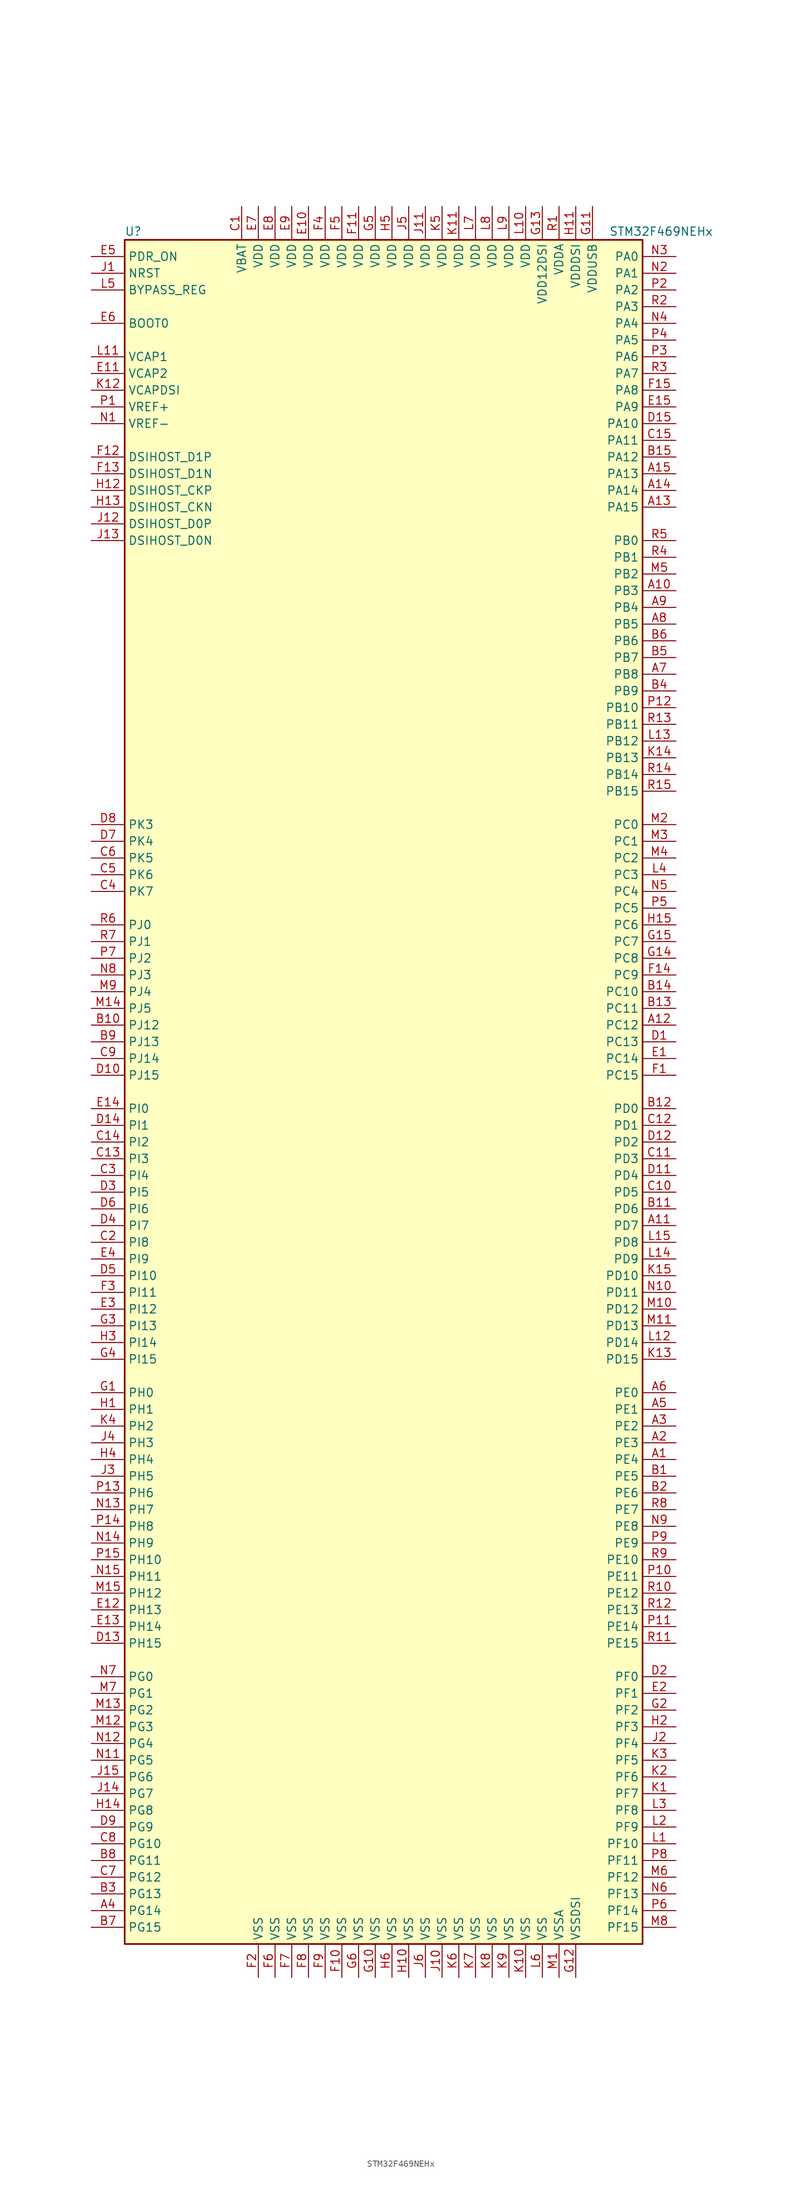
<source format=kicad_sym>
(kicad_symbol_lib
  (version 20201005)
  (generator kicad_symbol_editor)
  (symbol "MCU_ST_STM32F4:STM32F469NEHx"
    (property "Reference" "U"
      (at -40.64 130.81 0)
      (effects (font (size 1.27 1.27)) (justify left)))
    (property "Value" "STM32F469NEHx"
      (at 33.02 130.81 0)
      (effects (font (size 1.27 1.27)) (justify left)))
    (symbol "STM32F469NEHx_0_1"
      (rectangle (start -40.64 -129.54) (end 38.1 129.54) (stroke (width 0.254)) (fill (type background))))
    (symbol "STM32F469NEHx_1_1"
      (pin input line (at -45.72 116.84 0) (length 5.08) (name "BOOT0" (effects (font (size 1.27 1.27)))) (number "E6" (effects (font (size 1.27 1.27)))))
      (pin input line (at -45.72 121.92 0) (length 5.08) (name "BYPASS_REG" (effects (font (size 1.27 1.27)))) (number "L5" (effects (font (size 1.27 1.27)))))
      (pin bidirectional line (at -45.72 88.9 0) (length 5.08) (name "DSIHOST_CKN" (effects (font (size 1.27 1.27)))) (number "H13" (effects (font (size 1.27 1.27)))))
      (pin bidirectional line (at -45.72 91.44 0) (length 5.08) (name "DSIHOST_CKP" (effects (font (size 1.27 1.27)))) (number "H12" (effects (font (size 1.27 1.27)))))
      (pin bidirectional line (at -45.72 83.82 0) (length 5.08) (name "DSIHOST_D0N" (effects (font (size 1.27 1.27)))) (number "J13" (effects (font (size 1.27 1.27)))))
      (pin bidirectional line (at -45.72 86.36 0) (length 5.08) (name "DSIHOST_D0P" (effects (font (size 1.27 1.27)))) (number "J12" (effects (font (size 1.27 1.27)))))
      (pin bidirectional line (at -45.72 93.98 0) (length 5.08) (name "DSIHOST_D1N" (effects (font (size 1.27 1.27)))) (number "F13" (effects (font (size 1.27 1.27)))))
      (pin bidirectional line (at -45.72 96.52 0) (length 5.08) (name "DSIHOST_D1P" (effects (font (size 1.27 1.27)))) (number "F12" (effects (font (size 1.27 1.27)))))
      (pin input line (at -45.72 124.46 0) (length 5.08) (name "NRST" (effects (font (size 1.27 1.27)))) (number "J1" (effects (font (size 1.27 1.27)))))
      (pin bidirectional line (at 43.18 127 180) (length 5.08) (name "PA0" (effects (font (size 1.27 1.27)))) (number "N3" (effects (font (size 1.27 1.27)))))
      (pin bidirectional line (at 43.18 124.46 180) (length 5.08) (name "PA1" (effects (font (size 1.27 1.27)))) (number "N2" (effects (font (size 1.27 1.27)))))
      (pin bidirectional line (at 43.18 101.6 180) (length 5.08) (name "PA10" (effects (font (size 1.27 1.27)))) (number "D15" (effects (font (size 1.27 1.27)))))
      (pin bidirectional line (at 43.18 99.06 180) (length 5.08) (name "PA11" (effects (font (size 1.27 1.27)))) (number "C15" (effects (font (size 1.27 1.27)))))
      (pin bidirectional line (at 43.18 96.52 180) (length 5.08) (name "PA12" (effects (font (size 1.27 1.27)))) (number "B15" (effects (font (size 1.27 1.27)))))
      (pin bidirectional line (at 43.18 93.98 180) (length 5.08) (name "PA13" (effects (font (size 1.27 1.27)))) (number "A15" (effects (font (size 1.27 1.27)))))
      (pin bidirectional line (at 43.18 91.44 180) (length 5.08) (name "PA14" (effects (font (size 1.27 1.27)))) (number "A14" (effects (font (size 1.27 1.27)))))
      (pin bidirectional line (at 43.18 88.9 180) (length 5.08) (name "PA15" (effects (font (size 1.27 1.27)))) (number "A13" (effects (font (size 1.27 1.27)))))
      (pin bidirectional line (at 43.18 121.92 180) (length 5.08) (name "PA2" (effects (font (size 1.27 1.27)))) (number "P2" (effects (font (size 1.27 1.27)))))
      (pin bidirectional line (at 43.18 119.38 180) (length 5.08) (name "PA3" (effects (font (size 1.27 1.27)))) (number "R2" (effects (font (size 1.27 1.27)))))
      (pin bidirectional line (at 43.18 116.84 180) (length 5.08) (name "PA4" (effects (font (size 1.27 1.27)))) (number "N4" (effects (font (size 1.27 1.27)))))
      (pin bidirectional line (at 43.18 114.3 180) (length 5.08) (name "PA5" (effects (font (size 1.27 1.27)))) (number "P4" (effects (font (size 1.27 1.27)))))
      (pin bidirectional line (at 43.18 111.76 180) (length 5.08) (name "PA6" (effects (font (size 1.27 1.27)))) (number "P3" (effects (font (size 1.27 1.27)))))
      (pin bidirectional line (at 43.18 109.22 180) (length 5.08) (name "PA7" (effects (font (size 1.27 1.27)))) (number "R3" (effects (font (size 1.27 1.27)))))
      (pin bidirectional line (at 43.18 106.68 180) (length 5.08) (name "PA8" (effects (font (size 1.27 1.27)))) (number "F15" (effects (font (size 1.27 1.27)))))
      (pin bidirectional line (at 43.18 104.14 180) (length 5.08) (name "PA9" (effects (font (size 1.27 1.27)))) (number "E15" (effects (font (size 1.27 1.27)))))
      (pin bidirectional line (at 43.18 83.82 180) (length 5.08) (name "PB0" (effects (font (size 1.27 1.27)))) (number "R5" (effects (font (size 1.27 1.27)))))
      (pin bidirectional line (at 43.18 81.28 180) (length 5.08) (name "PB1" (effects (font (size 1.27 1.27)))) (number "R4" (effects (font (size 1.27 1.27)))))
      (pin bidirectional line (at 43.18 58.42 180) (length 5.08) (name "PB10" (effects (font (size 1.27 1.27)))) (number "P12" (effects (font (size 1.27 1.27)))))
      (pin bidirectional line (at 43.18 55.88 180) (length 5.08) (name "PB11" (effects (font (size 1.27 1.27)))) (number "R13" (effects (font (size 1.27 1.27)))))
      (pin bidirectional line (at 43.18 53.34 180) (length 5.08) (name "PB12" (effects (font (size 1.27 1.27)))) (number "L13" (effects (font (size 1.27 1.27)))))
      (pin bidirectional line (at 43.18 50.8 180) (length 5.08) (name "PB13" (effects (font (size 1.27 1.27)))) (number "K14" (effects (font (size 1.27 1.27)))))
      (pin bidirectional line (at 43.18 48.26 180) (length 5.08) (name "PB14" (effects (font (size 1.27 1.27)))) (number "R14" (effects (font (size 1.27 1.27)))))
      (pin bidirectional line (at 43.18 45.72 180) (length 5.08) (name "PB15" (effects (font (size 1.27 1.27)))) (number "R15" (effects (font (size 1.27 1.27)))))
      (pin bidirectional line (at 43.18 78.74 180) (length 5.08) (name "PB2" (effects (font (size 1.27 1.27)))) (number "M5" (effects (font (size 1.27 1.27)))))
      (pin bidirectional line (at 43.18 76.2 180) (length 5.08) (name "PB3" (effects (font (size 1.27 1.27)))) (number "A10" (effects (font (size 1.27 1.27)))))
      (pin bidirectional line (at 43.18 73.66 180) (length 5.08) (name "PB4" (effects (font (size 1.27 1.27)))) (number "A9" (effects (font (size 1.27 1.27)))))
      (pin bidirectional line (at 43.18 71.12 180) (length 5.08) (name "PB5" (effects (font (size 1.27 1.27)))) (number "A8" (effects (font (size 1.27 1.27)))))
      (pin bidirectional line (at 43.18 68.58 180) (length 5.08) (name "PB6" (effects (font (size 1.27 1.27)))) (number "B6" (effects (font (size 1.27 1.27)))))
      (pin bidirectional line (at 43.18 66.04 180) (length 5.08) (name "PB7" (effects (font (size 1.27 1.27)))) (number "B5" (effects (font (size 1.27 1.27)))))
      (pin bidirectional line (at 43.18 63.5 180) (length 5.08) (name "PB8" (effects (font (size 1.27 1.27)))) (number "A7" (effects (font (size 1.27 1.27)))))
      (pin bidirectional line (at 43.18 60.96 180) (length 5.08) (name "PB9" (effects (font (size 1.27 1.27)))) (number "B4" (effects (font (size 1.27 1.27)))))
      (pin bidirectional line (at 43.18 40.64 180) (length 5.08) (name "PC0" (effects (font (size 1.27 1.27)))) (number "M2" (effects (font (size 1.27 1.27)))))
      (pin bidirectional line (at 43.18 38.1 180) (length 5.08) (name "PC1" (effects (font (size 1.27 1.27)))) (number "M3" (effects (font (size 1.27 1.27)))))
      (pin bidirectional line (at 43.18 15.24 180) (length 5.08) (name "PC10" (effects (font (size 1.27 1.27)))) (number "B14" (effects (font (size 1.27 1.27)))))
      (pin bidirectional line (at 43.18 12.7 180) (length 5.08) (name "PC11" (effects (font (size 1.27 1.27)))) (number "B13" (effects (font (size 1.27 1.27)))))
      (pin bidirectional line (at 43.18 10.16 180) (length 5.08) (name "PC12" (effects (font (size 1.27 1.27)))) (number "A12" (effects (font (size 1.27 1.27)))))
      (pin bidirectional line (at 43.18 7.62 180) (length 5.08) (name "PC13" (effects (font (size 1.27 1.27)))) (number "D1" (effects (font (size 1.27 1.27)))))
      (pin bidirectional line (at 43.18 5.08 180) (length 5.08) (name "PC14" (effects (font (size 1.27 1.27)))) (number "E1" (effects (font (size 1.27 1.27)))))
      (pin bidirectional line (at 43.18 2.54 180) (length 5.08) (name "PC15" (effects (font (size 1.27 1.27)))) (number "F1" (effects (font (size 1.27 1.27)))))
      (pin bidirectional line (at 43.18 35.56 180) (length 5.08) (name "PC2" (effects (font (size 1.27 1.27)))) (number "M4" (effects (font (size 1.27 1.27)))))
      (pin bidirectional line (at 43.18 33.02 180) (length 5.08) (name "PC3" (effects (font (size 1.27 1.27)))) (number "L4" (effects (font (size 1.27 1.27)))))
      (pin bidirectional line (at 43.18 30.48 180) (length 5.08) (name "PC4" (effects (font (size 1.27 1.27)))) (number "N5" (effects (font (size 1.27 1.27)))))
      (pin bidirectional line (at 43.18 27.94 180) (length 5.08) (name "PC5" (effects (font (size 1.27 1.27)))) (number "P5" (effects (font (size 1.27 1.27)))))
      (pin bidirectional line (at 43.18 25.4 180) (length 5.08) (name "PC6" (effects (font (size 1.27 1.27)))) (number "H15" (effects (font (size 1.27 1.27)))))
      (pin bidirectional line (at 43.18 22.86 180) (length 5.08) (name "PC7" (effects (font (size 1.27 1.27)))) (number "G15" (effects (font (size 1.27 1.27)))))
      (pin bidirectional line (at 43.18 20.32 180) (length 5.08) (name "PC8" (effects (font (size 1.27 1.27)))) (number "G14" (effects (font (size 1.27 1.27)))))
      (pin bidirectional line (at 43.18 17.78 180) (length 5.08) (name "PC9" (effects (font (size 1.27 1.27)))) (number "F14" (effects (font (size 1.27 1.27)))))
      (pin bidirectional line (at 43.18 -2.54 180) (length 5.08) (name "PD0" (effects (font (size 1.27 1.27)))) (number "B12" (effects (font (size 1.27 1.27)))))
      (pin bidirectional line (at 43.18 -5.08 180) (length 5.08) (name "PD1" (effects (font (size 1.27 1.27)))) (number "C12" (effects (font (size 1.27 1.27)))))
      (pin bidirectional line (at 43.18 -27.94 180) (length 5.08) (name "PD10" (effects (font (size 1.27 1.27)))) (number "K15" (effects (font (size 1.27 1.27)))))
      (pin bidirectional line (at 43.18 -30.48 180) (length 5.08) (name "PD11" (effects (font (size 1.27 1.27)))) (number "N10" (effects (font (size 1.27 1.27)))))
      (pin bidirectional line (at 43.18 -33.02 180) (length 5.08) (name "PD12" (effects (font (size 1.27 1.27)))) (number "M10" (effects (font (size 1.27 1.27)))))
      (pin bidirectional line (at 43.18 -35.56 180) (length 5.08) (name "PD13" (effects (font (size 1.27 1.27)))) (number "M11" (effects (font (size 1.27 1.27)))))
      (pin bidirectional line (at 43.18 -38.1 180) (length 5.08) (name "PD14" (effects (font (size 1.27 1.27)))) (number "L12" (effects (font (size 1.27 1.27)))))
      (pin bidirectional line (at 43.18 -40.64 180) (length 5.08) (name "PD15" (effects (font (size 1.27 1.27)))) (number "K13" (effects (font (size 1.27 1.27)))))
      (pin bidirectional line (at 43.18 -7.62 180) (length 5.08) (name "PD2" (effects (font (size 1.27 1.27)))) (number "D12" (effects (font (size 1.27 1.27)))))
      (pin bidirectional line (at 43.18 -10.16 180) (length 5.08) (name "PD3" (effects (font (size 1.27 1.27)))) (number "C11" (effects (font (size 1.27 1.27)))))
      (pin bidirectional line (at 43.18 -12.7 180) (length 5.08) (name "PD4" (effects (font (size 1.27 1.27)))) (number "D11" (effects (font (size 1.27 1.27)))))
      (pin bidirectional line (at 43.18 -15.24 180) (length 5.08) (name "PD5" (effects (font (size 1.27 1.27)))) (number "C10" (effects (font (size 1.27 1.27)))))
      (pin bidirectional line (at 43.18 -17.78 180) (length 5.08) (name "PD6" (effects (font (size 1.27 1.27)))) (number "B11" (effects (font (size 1.27 1.27)))))
      (pin bidirectional line (at 43.18 -20.32 180) (length 5.08) (name "PD7" (effects (font (size 1.27 1.27)))) (number "A11" (effects (font (size 1.27 1.27)))))
      (pin bidirectional line (at 43.18 -22.86 180) (length 5.08) (name "PD8" (effects (font (size 1.27 1.27)))) (number "L15" (effects (font (size 1.27 1.27)))))
      (pin bidirectional line (at 43.18 -25.4 180) (length 5.08) (name "PD9" (effects (font (size 1.27 1.27)))) (number "L14" (effects (font (size 1.27 1.27)))))
      (pin input line (at -45.72 127 0) (length 5.08) (name "PDR_ON" (effects (font (size 1.27 1.27)))) (number "E5" (effects (font (size 1.27 1.27)))))
      (pin bidirectional line (at 43.18 -45.72 180) (length 5.08) (name "PE0" (effects (font (size 1.27 1.27)))) (number "A6" (effects (font (size 1.27 1.27)))))
      (pin bidirectional line (at 43.18 -48.26 180) (length 5.08) (name "PE1" (effects (font (size 1.27 1.27)))) (number "A5" (effects (font (size 1.27 1.27)))))
      (pin bidirectional line (at 43.18 -71.12 180) (length 5.08) (name "PE10" (effects (font (size 1.27 1.27)))) (number "R9" (effects (font (size 1.27 1.27)))))
      (pin bidirectional line (at 43.18 -73.66 180) (length 5.08) (name "PE11" (effects (font (size 1.27 1.27)))) (number "P10" (effects (font (size 1.27 1.27)))))
      (pin bidirectional line (at 43.18 -76.2 180) (length 5.08) (name "PE12" (effects (font (size 1.27 1.27)))) (number "R10" (effects (font (size 1.27 1.27)))))
      (pin bidirectional line (at 43.18 -78.74 180) (length 5.08) (name "PE13" (effects (font (size 1.27 1.27)))) (number "R12" (effects (font (size 1.27 1.27)))))
      (pin bidirectional line (at 43.18 -81.28 180) (length 5.08) (name "PE14" (effects (font (size 1.27 1.27)))) (number "P11" (effects (font (size 1.27 1.27)))))
      (pin bidirectional line (at 43.18 -83.82 180) (length 5.08) (name "PE15" (effects (font (size 1.27 1.27)))) (number "R11" (effects (font (size 1.27 1.27)))))
      (pin bidirectional line (at 43.18 -50.8 180) (length 5.08) (name "PE2" (effects (font (size 1.27 1.27)))) (number "A3" (effects (font (size 1.27 1.27)))))
      (pin bidirectional line (at 43.18 -53.34 180) (length 5.08) (name "PE3" (effects (font (size 1.27 1.27)))) (number "A2" (effects (font (size 1.27 1.27)))))
      (pin bidirectional line (at 43.18 -55.88 180) (length 5.08) (name "PE4" (effects (font (size 1.27 1.27)))) (number "A1" (effects (font (size 1.27 1.27)))))
      (pin bidirectional line (at 43.18 -58.42 180) (length 5.08) (name "PE5" (effects (font (size 1.27 1.27)))) (number "B1" (effects (font (size 1.27 1.27)))))
      (pin bidirectional line (at 43.18 -60.96 180) (length 5.08) (name "PE6" (effects (font (size 1.27 1.27)))) (number "B2" (effects (font (size 1.27 1.27)))))
      (pin bidirectional line (at 43.18 -63.5 180) (length 5.08) (name "PE7" (effects (font (size 1.27 1.27)))) (number "R8" (effects (font (size 1.27 1.27)))))
      (pin bidirectional line (at 43.18 -66.04 180) (length 5.08) (name "PE8" (effects (font (size 1.27 1.27)))) (number "N9" (effects (font (size 1.27 1.27)))))
      (pin bidirectional line (at 43.18 -68.58 180) (length 5.08) (name "PE9" (effects (font (size 1.27 1.27)))) (number "P9" (effects (font (size 1.27 1.27)))))
      (pin bidirectional line (at 43.18 -88.9 180) (length 5.08) (name "PF0" (effects (font (size 1.27 1.27)))) (number "D2" (effects (font (size 1.27 1.27)))))
      (pin bidirectional line (at 43.18 -91.44 180) (length 5.08) (name "PF1" (effects (font (size 1.27 1.27)))) (number "E2" (effects (font (size 1.27 1.27)))))
      (pin bidirectional line (at 43.18 -114.3 180) (length 5.08) (name "PF10" (effects (font (size 1.27 1.27)))) (number "L1" (effects (font (size 1.27 1.27)))))
      (pin bidirectional line (at 43.18 -116.84 180) (length 5.08) (name "PF11" (effects (font (size 1.27 1.27)))) (number "P8" (effects (font (size 1.27 1.27)))))
      (pin bidirectional line (at 43.18 -119.38 180) (length 5.08) (name "PF12" (effects (font (size 1.27 1.27)))) (number "M6" (effects (font (size 1.27 1.27)))))
      (pin bidirectional line (at 43.18 -121.92 180) (length 5.08) (name "PF13" (effects (font (size 1.27 1.27)))) (number "N6" (effects (font (size 1.27 1.27)))))
      (pin bidirectional line (at 43.18 -124.46 180) (length 5.08) (name "PF14" (effects (font (size 1.27 1.27)))) (number "P6" (effects (font (size 1.27 1.27)))))
      (pin bidirectional line (at 43.18 -127 180) (length 5.08) (name "PF15" (effects (font (size 1.27 1.27)))) (number "M8" (effects (font (size 1.27 1.27)))))
      (pin bidirectional line (at 43.18 -93.98 180) (length 5.08) (name "PF2" (effects (font (size 1.27 1.27)))) (number "G2" (effects (font (size 1.27 1.27)))))
      (pin bidirectional line (at 43.18 -96.52 180) (length 5.08) (name "PF3" (effects (font (size 1.27 1.27)))) (number "H2" (effects (font (size 1.27 1.27)))))
      (pin bidirectional line (at 43.18 -99.06 180) (length 5.08) (name "PF4" (effects (font (size 1.27 1.27)))) (number "J2" (effects (font (size 1.27 1.27)))))
      (pin bidirectional line (at 43.18 -101.6 180) (length 5.08) (name "PF5" (effects (font (size 1.27 1.27)))) (number "K3" (effects (font (size 1.27 1.27)))))
      (pin bidirectional line (at 43.18 -104.14 180) (length 5.08) (name "PF6" (effects (font (size 1.27 1.27)))) (number "K2" (effects (font (size 1.27 1.27)))))
      (pin bidirectional line (at 43.18 -106.68 180) (length 5.08) (name "PF7" (effects (font (size 1.27 1.27)))) (number "K1" (effects (font (size 1.27 1.27)))))
      (pin bidirectional line (at 43.18 -109.22 180) (length 5.08) (name "PF8" (effects (font (size 1.27 1.27)))) (number "L3" (effects (font (size 1.27 1.27)))))
      (pin bidirectional line (at 43.18 -111.76 180) (length 5.08) (name "PF9" (effects (font (size 1.27 1.27)))) (number "L2" (effects (font (size 1.27 1.27)))))
      (pin bidirectional line (at -45.72 -88.9 0) (length 5.08) (name "PG0" (effects (font (size 1.27 1.27)))) (number "N7" (effects (font (size 1.27 1.27)))))
      (pin bidirectional line (at -45.72 -91.44 0) (length 5.08) (name "PG1" (effects (font (size 1.27 1.27)))) (number "M7" (effects (font (size 1.27 1.27)))))
      (pin bidirectional line (at -45.72 -114.3 0) (length 5.08) (name "PG10" (effects (font (size 1.27 1.27)))) (number "C8" (effects (font (size 1.27 1.27)))))
      (pin bidirectional line (at -45.72 -116.84 0) (length 5.08) (name "PG11" (effects (font (size 1.27 1.27)))) (number "B8" (effects (font (size 1.27 1.27)))))
      (pin bidirectional line (at -45.72 -119.38 0) (length 5.08) (name "PG12" (effects (font (size 1.27 1.27)))) (number "C7" (effects (font (size 1.27 1.27)))))
      (pin bidirectional line (at -45.72 -121.92 0) (length 5.08) (name "PG13" (effects (font (size 1.27 1.27)))) (number "B3" (effects (font (size 1.27 1.27)))))
      (pin bidirectional line (at -45.72 -124.46 0) (length 5.08) (name "PG14" (effects (font (size 1.27 1.27)))) (number "A4" (effects (font (size 1.27 1.27)))))
      (pin bidirectional line (at -45.72 -127 0) (length 5.08) (name "PG15" (effects (font (size 1.27 1.27)))) (number "B7" (effects (font (size 1.27 1.27)))))
      (pin bidirectional line (at -45.72 -93.98 0) (length 5.08) (name "PG2" (effects (font (size 1.27 1.27)))) (number "M13" (effects (font (size 1.27 1.27)))))
      (pin bidirectional line (at -45.72 -96.52 0) (length 5.08) (name "PG3" (effects (font (size 1.27 1.27)))) (number "M12" (effects (font (size 1.27 1.27)))))
      (pin bidirectional line (at -45.72 -99.06 0) (length 5.08) (name "PG4" (effects (font (size 1.27 1.27)))) (number "N12" (effects (font (size 1.27 1.27)))))
      (pin bidirectional line (at -45.72 -101.6 0) (length 5.08) (name "PG5" (effects (font (size 1.27 1.27)))) (number "N11" (effects (font (size 1.27 1.27)))))
      (pin bidirectional line (at -45.72 -104.14 0) (length 5.08) (name "PG6" (effects (font (size 1.27 1.27)))) (number "J15" (effects (font (size 1.27 1.27)))))
      (pin bidirectional line (at -45.72 -106.68 0) (length 5.08) (name "PG7" (effects (font (size 1.27 1.27)))) (number "J14" (effects (font (size 1.27 1.27)))))
      (pin bidirectional line (at -45.72 -109.22 0) (length 5.08) (name "PG8" (effects (font (size 1.27 1.27)))) (number "H14" (effects (font (size 1.27 1.27)))))
      (pin bidirectional line (at -45.72 -111.76 0) (length 5.08) (name "PG9" (effects (font (size 1.27 1.27)))) (number "D9" (effects (font (size 1.27 1.27)))))
      (pin input line (at -45.72 -45.72 0) (length 5.08) (name "PH0" (effects (font (size 1.27 1.27)))) (number "G1" (effects (font (size 1.27 1.27)))))
      (pin input line (at -45.72 -48.26 0) (length 5.08) (name "PH1" (effects (font (size 1.27 1.27)))) (number "H1" (effects (font (size 1.27 1.27)))))
      (pin bidirectional line (at -45.72 -71.12 0) (length 5.08) (name "PH10" (effects (font (size 1.27 1.27)))) (number "P15" (effects (font (size 1.27 1.27)))))
      (pin bidirectional line (at -45.72 -73.66 0) (length 5.08) (name "PH11" (effects (font (size 1.27 1.27)))) (number "N15" (effects (font (size 1.27 1.27)))))
      (pin bidirectional line (at -45.72 -76.2 0) (length 5.08) (name "PH12" (effects (font (size 1.27 1.27)))) (number "M15" (effects (font (size 1.27 1.27)))))
      (pin bidirectional line (at -45.72 -78.74 0) (length 5.08) (name "PH13" (effects (font (size 1.27 1.27)))) (number "E12" (effects (font (size 1.27 1.27)))))
      (pin bidirectional line (at -45.72 -81.28 0) (length 5.08) (name "PH14" (effects (font (size 1.27 1.27)))) (number "E13" (effects (font (size 1.27 1.27)))))
      (pin bidirectional line (at -45.72 -83.82 0) (length 5.08) (name "PH15" (effects (font (size 1.27 1.27)))) (number "D13" (effects (font (size 1.27 1.27)))))
      (pin bidirectional line (at -45.72 -50.8 0) (length 5.08) (name "PH2" (effects (font (size 1.27 1.27)))) (number "K4" (effects (font (size 1.27 1.27)))))
      (pin bidirectional line (at -45.72 -53.34 0) (length 5.08) (name "PH3" (effects (font (size 1.27 1.27)))) (number "J4" (effects (font (size 1.27 1.27)))))
      (pin bidirectional line (at -45.72 -55.88 0) (length 5.08) (name "PH4" (effects (font (size 1.27 1.27)))) (number "H4" (effects (font (size 1.27 1.27)))))
      (pin bidirectional line (at -45.72 -58.42 0) (length 5.08) (name "PH5" (effects (font (size 1.27 1.27)))) (number "J3" (effects (font (size 1.27 1.27)))))
      (pin bidirectional line (at -45.72 -60.96 0) (length 5.08) (name "PH6" (effects (font (size 1.27 1.27)))) (number "P13" (effects (font (size 1.27 1.27)))))
      (pin bidirectional line (at -45.72 -63.5 0) (length 5.08) (name "PH7" (effects (font (size 1.27 1.27)))) (number "N13" (effects (font (size 1.27 1.27)))))
      (pin bidirectional line (at -45.72 -66.04 0) (length 5.08) (name "PH8" (effects (font (size 1.27 1.27)))) (number "P14" (effects (font (size 1.27 1.27)))))
      (pin bidirectional line (at -45.72 -68.58 0) (length 5.08) (name "PH9" (effects (font (size 1.27 1.27)))) (number "N14" (effects (font (size 1.27 1.27)))))
      (pin bidirectional line (at -45.72 -2.54 0) (length 5.08) (name "PI0" (effects (font (size 1.27 1.27)))) (number "E14" (effects (font (size 1.27 1.27)))))
      (pin bidirectional line (at -45.72 -5.08 0) (length 5.08) (name "PI1" (effects (font (size 1.27 1.27)))) (number "D14" (effects (font (size 1.27 1.27)))))
      (pin bidirectional line (at -45.72 -27.94 0) (length 5.08) (name "PI10" (effects (font (size 1.27 1.27)))) (number "D5" (effects (font (size 1.27 1.27)))))
      (pin bidirectional line (at -45.72 -30.48 0) (length 5.08) (name "PI11" (effects (font (size 1.27 1.27)))) (number "F3" (effects (font (size 1.27 1.27)))))
      (pin bidirectional line (at -45.72 -33.02 0) (length 5.08) (name "PI12" (effects (font (size 1.27 1.27)))) (number "E3" (effects (font (size 1.27 1.27)))))
      (pin bidirectional line (at -45.72 -35.56 0) (length 5.08) (name "PI13" (effects (font (size 1.27 1.27)))) (number "G3" (effects (font (size 1.27 1.27)))))
      (pin bidirectional line (at -45.72 -38.1 0) (length 5.08) (name "PI14" (effects (font (size 1.27 1.27)))) (number "H3" (effects (font (size 1.27 1.27)))))
      (pin bidirectional line (at -45.72 -40.64 0) (length 5.08) (name "PI15" (effects (font (size 1.27 1.27)))) (number "G4" (effects (font (size 1.27 1.27)))))
      (pin bidirectional line (at -45.72 -7.62 0) (length 5.08) (name "PI2" (effects (font (size 1.27 1.27)))) (number "C14" (effects (font (size 1.27 1.27)))))
      (pin bidirectional line (at -45.72 -10.16 0) (length 5.08) (name "PI3" (effects (font (size 1.27 1.27)))) (number "C13" (effects (font (size 1.27 1.27)))))
      (pin bidirectional line (at -45.72 -12.7 0) (length 5.08) (name "PI4" (effects (font (size 1.27 1.27)))) (number "C3" (effects (font (size 1.27 1.27)))))
      (pin bidirectional line (at -45.72 -15.24 0) (length 5.08) (name "PI5" (effects (font (size 1.27 1.27)))) (number "D3" (effects (font (size 1.27 1.27)))))
      (pin bidirectional line (at -45.72 -17.78 0) (length 5.08) (name "PI6" (effects (font (size 1.27 1.27)))) (number "D6" (effects (font (size 1.27 1.27)))))
      (pin bidirectional line (at -45.72 -20.32 0) (length 5.08) (name "PI7" (effects (font (size 1.27 1.27)))) (number "D4" (effects (font (size 1.27 1.27)))))
      (pin bidirectional line (at -45.72 -22.86 0) (length 5.08) (name "PI8" (effects (font (size 1.27 1.27)))) (number "C2" (effects (font (size 1.27 1.27)))))
      (pin bidirectional line (at -45.72 -25.4 0) (length 5.08) (name "PI9" (effects (font (size 1.27 1.27)))) (number "E4" (effects (font (size 1.27 1.27)))))
      (pin bidirectional line (at -45.72 25.4 0) (length 5.08) (name "PJ0" (effects (font (size 1.27 1.27)))) (number "R6" (effects (font (size 1.27 1.27)))))
      (pin bidirectional line (at -45.72 22.86 0) (length 5.08) (name "PJ1" (effects (font (size 1.27 1.27)))) (number "R7" (effects (font (size 1.27 1.27)))))
      (pin bidirectional line (at -45.72 10.16 0) (length 5.08) (name "PJ12" (effects (font (size 1.27 1.27)))) (number "B10" (effects (font (size 1.27 1.27)))))
      (pin bidirectional line (at -45.72 7.62 0) (length 5.08) (name "PJ13" (effects (font (size 1.27 1.27)))) (number "B9" (effects (font (size 1.27 1.27)))))
      (pin bidirectional line (at -45.72 5.08 0) (length 5.08) (name "PJ14" (effects (font (size 1.27 1.27)))) (number "C9" (effects (font (size 1.27 1.27)))))
      (pin bidirectional line (at -45.72 2.54 0) (length 5.08) (name "PJ15" (effects (font (size 1.27 1.27)))) (number "D10" (effects (font (size 1.27 1.27)))))
      (pin bidirectional line (at -45.72 20.32 0) (length 5.08) (name "PJ2" (effects (font (size 1.27 1.27)))) (number "P7" (effects (font (size 1.27 1.27)))))
      (pin bidirectional line (at -45.72 17.78 0) (length 5.08) (name "PJ3" (effects (font (size 1.27 1.27)))) (number "N8" (effects (font (size 1.27 1.27)))))
      (pin bidirectional line (at -45.72 15.24 0) (length 5.08) (name "PJ4" (effects (font (size 1.27 1.27)))) (number "M9" (effects (font (size 1.27 1.27)))))
      (pin bidirectional line (at -45.72 12.7 0) (length 5.08) (name "PJ5" (effects (font (size 1.27 1.27)))) (number "M14" (effects (font (size 1.27 1.27)))))
      (pin bidirectional line (at -45.72 40.64 0) (length 5.08) (name "PK3" (effects (font (size 1.27 1.27)))) (number "D8" (effects (font (size 1.27 1.27)))))
      (pin bidirectional line (at -45.72 38.1 0) (length 5.08) (name "PK4" (effects (font (size 1.27 1.27)))) (number "D7" (effects (font (size 1.27 1.27)))))
      (pin bidirectional line (at -45.72 35.56 0) (length 5.08) (name "PK5" (effects (font (size 1.27 1.27)))) (number "C6" (effects (font (size 1.27 1.27)))))
      (pin bidirectional line (at -45.72 33.02 0) (length 5.08) (name "PK6" (effects (font (size 1.27 1.27)))) (number "C5" (effects (font (size 1.27 1.27)))))
      (pin bidirectional line (at -45.72 30.48 0) (length 5.08) (name "PK7" (effects (font (size 1.27 1.27)))) (number "C4" (effects (font (size 1.27 1.27)))))
      (pin power_in line (at -22.86 134.62 270) (length 5.08) (name "VBAT" (effects (font (size 1.27 1.27)))) (number "C1" (effects (font (size 1.27 1.27)))))
      (pin power_in line (at -45.72 111.76 0) (length 5.08) (name "VCAP1" (effects (font (size 1.27 1.27)))) (number "L11" (effects (font (size 1.27 1.27)))))
      (pin power_in line (at -45.72 109.22 0) (length 5.08) (name "VCAP2" (effects (font (size 1.27 1.27)))) (number "E11" (effects (font (size 1.27 1.27)))))
      (pin power_in line (at -45.72 106.68 0) (length 5.08) (name "VCAPDSI" (effects (font (size 1.27 1.27)))) (number "K12" (effects (font (size 1.27 1.27)))))
      (pin power_in line (at -12.7 134.62 270) (length 5.08) (name "VDD" (effects (font (size 1.27 1.27)))) (number "E10" (effects (font (size 1.27 1.27)))))
      (pin power_in line (at -20.32 134.62 270) (length 5.08) (name "VDD" (effects (font (size 1.27 1.27)))) (number "E7" (effects (font (size 1.27 1.27)))))
      (pin power_in line (at -17.78 134.62 270) (length 5.08) (name "VDD" (effects (font (size 1.27 1.27)))) (number "E8" (effects (font (size 1.27 1.27)))))
      (pin power_in line (at -15.24 134.62 270) (length 5.08) (name "VDD" (effects (font (size 1.27 1.27)))) (number "E9" (effects (font (size 1.27 1.27)))))
      (pin power_in line (at -5.08 134.62 270) (length 5.08) (name "VDD" (effects (font (size 1.27 1.27)))) (number "F11" (effects (font (size 1.27 1.27)))))
      (pin power_in line (at -10.16 134.62 270) (length 5.08) (name "VDD" (effects (font (size 1.27 1.27)))) (number "F4" (effects (font (size 1.27 1.27)))))
      (pin power_in line (at -7.62 134.62 270) (length 5.08) (name "VDD" (effects (font (size 1.27 1.27)))) (number "F5" (effects (font (size 1.27 1.27)))))
      (pin power_in line (at -2.54 134.62 270) (length 5.08) (name "VDD" (effects (font (size 1.27 1.27)))) (number "G5" (effects (font (size 1.27 1.27)))))
      (pin power_in line (at 0 134.62 270) (length 5.08) (name "VDD" (effects (font (size 1.27 1.27)))) (number "H5" (effects (font (size 1.27 1.27)))))
      (pin power_in line (at 5.08 134.62 270) (length 5.08) (name "VDD" (effects (font (size 1.27 1.27)))) (number "J11" (effects (font (size 1.27 1.27)))))
      (pin power_in line (at 2.54 134.62 270) (length 5.08) (name "VDD" (effects (font (size 1.27 1.27)))) (number "J5" (effects (font (size 1.27 1.27)))))
      (pin power_in line (at 10.16 134.62 270) (length 5.08) (name "VDD" (effects (font (size 1.27 1.27)))) (number "K11" (effects (font (size 1.27 1.27)))))
      (pin power_in line (at 7.62 134.62 270) (length 5.08) (name "VDD" (effects (font (size 1.27 1.27)))) (number "K5" (effects (font (size 1.27 1.27)))))
      (pin power_in line (at 20.32 134.62 270) (length 5.08) (name "VDD" (effects (font (size 1.27 1.27)))) (number "L10" (effects (font (size 1.27 1.27)))))
      (pin power_in line (at 12.7 134.62 270) (length 5.08) (name "VDD" (effects (font (size 1.27 1.27)))) (number "L7" (effects (font (size 1.27 1.27)))))
      (pin power_in line (at 15.24 134.62 270) (length 5.08) (name "VDD" (effects (font (size 1.27 1.27)))) (number "L8" (effects (font (size 1.27 1.27)))))
      (pin power_in line (at 17.78 134.62 270) (length 5.08) (name "VDD" (effects (font (size 1.27 1.27)))) (number "L9" (effects (font (size 1.27 1.27)))))
      (pin power_in line (at 22.86 134.62 270) (length 5.08) (name "VDD12DSI" (effects (font (size 1.27 1.27)))) (number "G13" (effects (font (size 1.27 1.27)))))
      (pin power_in line (at 25.4 134.62 270) (length 5.08) (name "VDDA" (effects (font (size 1.27 1.27)))) (number "R1" (effects (font (size 1.27 1.27)))))
      (pin power_in line (at 27.94 134.62 270) (length 5.08) (name "VDDDSI" (effects (font (size 1.27 1.27)))) (number "H11" (effects (font (size 1.27 1.27)))))
      (pin power_in line (at 30.48 134.62 270) (length 5.08) (name "VDDUSB" (effects (font (size 1.27 1.27)))) (number "G11" (effects (font (size 1.27 1.27)))))
      (pin power_in line (at -45.72 104.14 0) (length 5.08) (name "VREF+" (effects (font (size 1.27 1.27)))) (number "P1" (effects (font (size 1.27 1.27)))))
      (pin power_in line (at -45.72 101.6 0) (length 5.08) (name "VREF-" (effects (font (size 1.27 1.27)))) (number "N1" (effects (font (size 1.27 1.27)))))
      (pin power_in line (at -7.62 -134.62 90) (length 5.08) (name "VSS" (effects (font (size 1.27 1.27)))) (number "F10" (effects (font (size 1.27 1.27)))))
      (pin power_in line (at -20.32 -134.62 90) (length 5.08) (name "VSS" (effects (font (size 1.27 1.27)))) (number "F2" (effects (font (size 1.27 1.27)))))
      (pin power_in line (at -17.78 -134.62 90) (length 5.08) (name "VSS" (effects (font (size 1.27 1.27)))) (number "F6" (effects (font (size 1.27 1.27)))))
      (pin power_in line (at -15.24 -134.62 90) (length 5.08) (name "VSS" (effects (font (size 1.27 1.27)))) (number "F7" (effects (font (size 1.27 1.27)))))
      (pin power_in line (at -12.7 -134.62 90) (length 5.08) (name "VSS" (effects (font (size 1.27 1.27)))) (number "F8" (effects (font (size 1.27 1.27)))))
      (pin power_in line (at -10.16 -134.62 90) (length 5.08) (name "VSS" (effects (font (size 1.27 1.27)))) (number "F9" (effects (font (size 1.27 1.27)))))
      (pin power_in line (at -2.54 -134.62 90) (length 5.08) (name "VSS" (effects (font (size 1.27 1.27)))) (number "G10" (effects (font (size 1.27 1.27)))))
      (pin power_in line (at -5.08 -134.62 90) (length 5.08) (name "VSS" (effects (font (size 1.27 1.27)))) (number "G6" (effects (font (size 1.27 1.27)))))
      (pin power_in line (at 2.54 -134.62 90) (length 5.08) (name "VSS" (effects (font (size 1.27 1.27)))) (number "H10" (effects (font (size 1.27 1.27)))))
      (pin power_in line (at 0 -134.62 90) (length 5.08) (name "VSS" (effects (font (size 1.27 1.27)))) (number "H6" (effects (font (size 1.27 1.27)))))
      (pin power_in line (at 7.62 -134.62 90) (length 5.08) (name "VSS" (effects (font (size 1.27 1.27)))) (number "J10" (effects (font (size 1.27 1.27)))))
      (pin power_in line (at 5.08 -134.62 90) (length 5.08) (name "VSS" (effects (font (size 1.27 1.27)))) (number "J6" (effects (font (size 1.27 1.27)))))
      (pin power_in line (at 20.32 -134.62 90) (length 5.08) (name "VSS" (effects (font (size 1.27 1.27)))) (number "K10" (effects (font (size 1.27 1.27)))))
      (pin power_in line (at 10.16 -134.62 90) (length 5.08) (name "VSS" (effects (font (size 1.27 1.27)))) (number "K6" (effects (font (size 1.27 1.27)))))
      (pin power_in line (at 12.7 -134.62 90) (length 5.08) (name "VSS" (effects (font (size 1.27 1.27)))) (number "K7" (effects (font (size 1.27 1.27)))))
      (pin power_in line (at 15.24 -134.62 90) (length 5.08) (name "VSS" (effects (font (size 1.27 1.27)))) (number "K8" (effects (font (size 1.27 1.27)))))
      (pin power_in line (at 17.78 -134.62 90) (length 5.08) (name "VSS" (effects (font (size 1.27 1.27)))) (number "K9" (effects (font (size 1.27 1.27)))))
      (pin power_in line (at 22.86 -134.62 90) (length 5.08) (name "VSS" (effects (font (size 1.27 1.27)))) (number "L6" (effects (font (size 1.27 1.27)))))
      (pin power_in line (at 25.4 -134.62 90) (length 5.08) (name "VSSA" (effects (font (size 1.27 1.27)))) (number "M1" (effects (font (size 1.27 1.27)))))
      (pin power_in line (at 27.94 -134.62 90) (length 5.08) (name "VSSDSI" (effects (font (size 1.27 1.27)))) (number "G12" (effects (font (size 1.27 1.27))))))))
</source>
